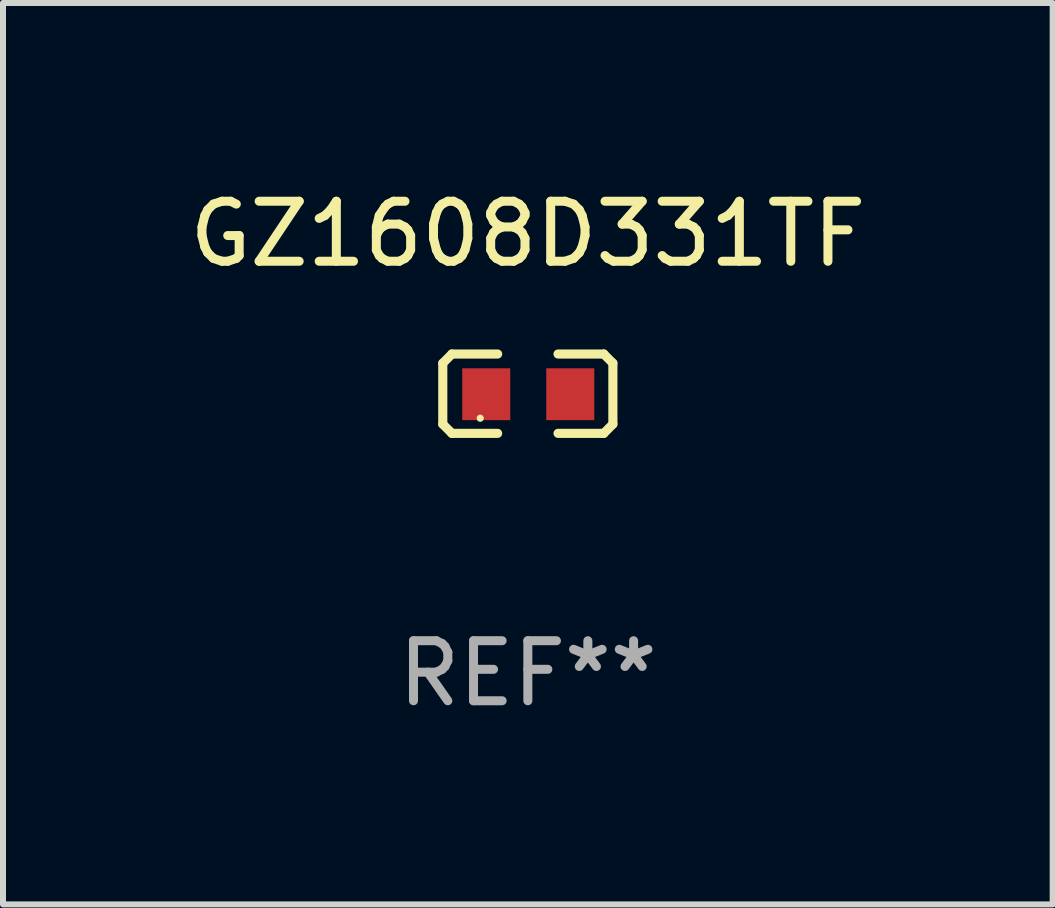
<source format=kicad_pcb>
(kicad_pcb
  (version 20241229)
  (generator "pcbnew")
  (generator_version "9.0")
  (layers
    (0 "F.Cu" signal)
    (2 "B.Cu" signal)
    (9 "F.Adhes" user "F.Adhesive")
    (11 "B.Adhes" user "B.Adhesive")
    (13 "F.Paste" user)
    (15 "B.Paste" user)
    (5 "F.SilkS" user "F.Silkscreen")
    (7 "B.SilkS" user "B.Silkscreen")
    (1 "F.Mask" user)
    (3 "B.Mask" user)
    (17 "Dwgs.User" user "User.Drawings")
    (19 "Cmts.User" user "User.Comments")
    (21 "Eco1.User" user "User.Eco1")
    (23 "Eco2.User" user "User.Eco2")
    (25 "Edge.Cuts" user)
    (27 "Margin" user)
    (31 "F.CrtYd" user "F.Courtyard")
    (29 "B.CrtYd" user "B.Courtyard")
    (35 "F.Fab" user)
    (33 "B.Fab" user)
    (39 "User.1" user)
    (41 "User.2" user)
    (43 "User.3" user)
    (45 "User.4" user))
  (footprint "GZ1608D331TF"
    (layer "F.Cu")
    (at 5.744 3.509)
    (property "Reference" "GZ1608D331TF" (at 0 -2.661 0) (layer "F.SilkS") (effects (font (size 1 1) (thickness 0.15))))
    (attr through_hole)
    (fp_line (start -1.417 -0.508) (end -1.265 -0.661) (stroke (width 0.152) (type solid)) (layer "F.SilkS"))
    (fp_line (start -1.417 0.508) (end -1.417 -0.508) (stroke (width 0.152) (type solid)) (layer "F.SilkS"))
    (fp_line (start -1.265 -0.661) (end -0.503 -0.661) (stroke (width 0.152) (type solid)) (layer "F.SilkS"))
    (fp_line (start -1.265 0.661) (end -1.417 0.508) (stroke (width 0.152) (type solid)) (layer "F.SilkS"))
    (fp_line (start -1.265 0.661) (end -0.503 0.661) (stroke (width 0.152) (type solid)) (layer "F.SilkS"))
    (fp_line (start 1.265 -0.661) (end 0.503 -0.661) (stroke (width 0.152) (type solid)) (layer "F.SilkS"))
    (fp_line (start 1.265 -0.661) (end 1.417 -0.508) (stroke (width 0.152) (type solid)) (layer "F.SilkS"))
    (fp_line (start 1.265 0.661) (end 0.503 0.661) (stroke (width 0.152) (type solid)) (layer "F.SilkS"))
    (fp_line (start 1.417 -0.508) (end 1.417 0.508) (stroke (width 0.152) (type solid)) (layer "F.SilkS"))
    (fp_line (start 1.417 0.508) (end 1.265 0.661) (stroke (width 0.152) (type solid)) (layer "F.SilkS"))
    (fp_circle (center -0.793 0.409) (end -0.763 0.409) (stroke (width 0.06) (type solid)) (fill no) (layer "F.SilkS"))
    (fp_text user "REF**" (at 0 4.661 0) (layer "F.Fab") (effects (font (size 1 1) (thickness 0.15))))
    (pad "1" smd rect (at -0.693 0.009 180) (size 0.8 0.864) (layers "F.Cu" "F.Mask" "F.Paste"))
    (pad "2" smd rect (at 0.707 0.009 180) (size 0.8 0.864) (layers "F.Cu" "F.Mask" "F.Paste")))
  (gr_rect
    (start -3 -3)
    (end 14.488 12.018)
    (stroke (width 0.1) (type default))
    (fill no)
    (layer "Edge.Cuts")))
</source>
